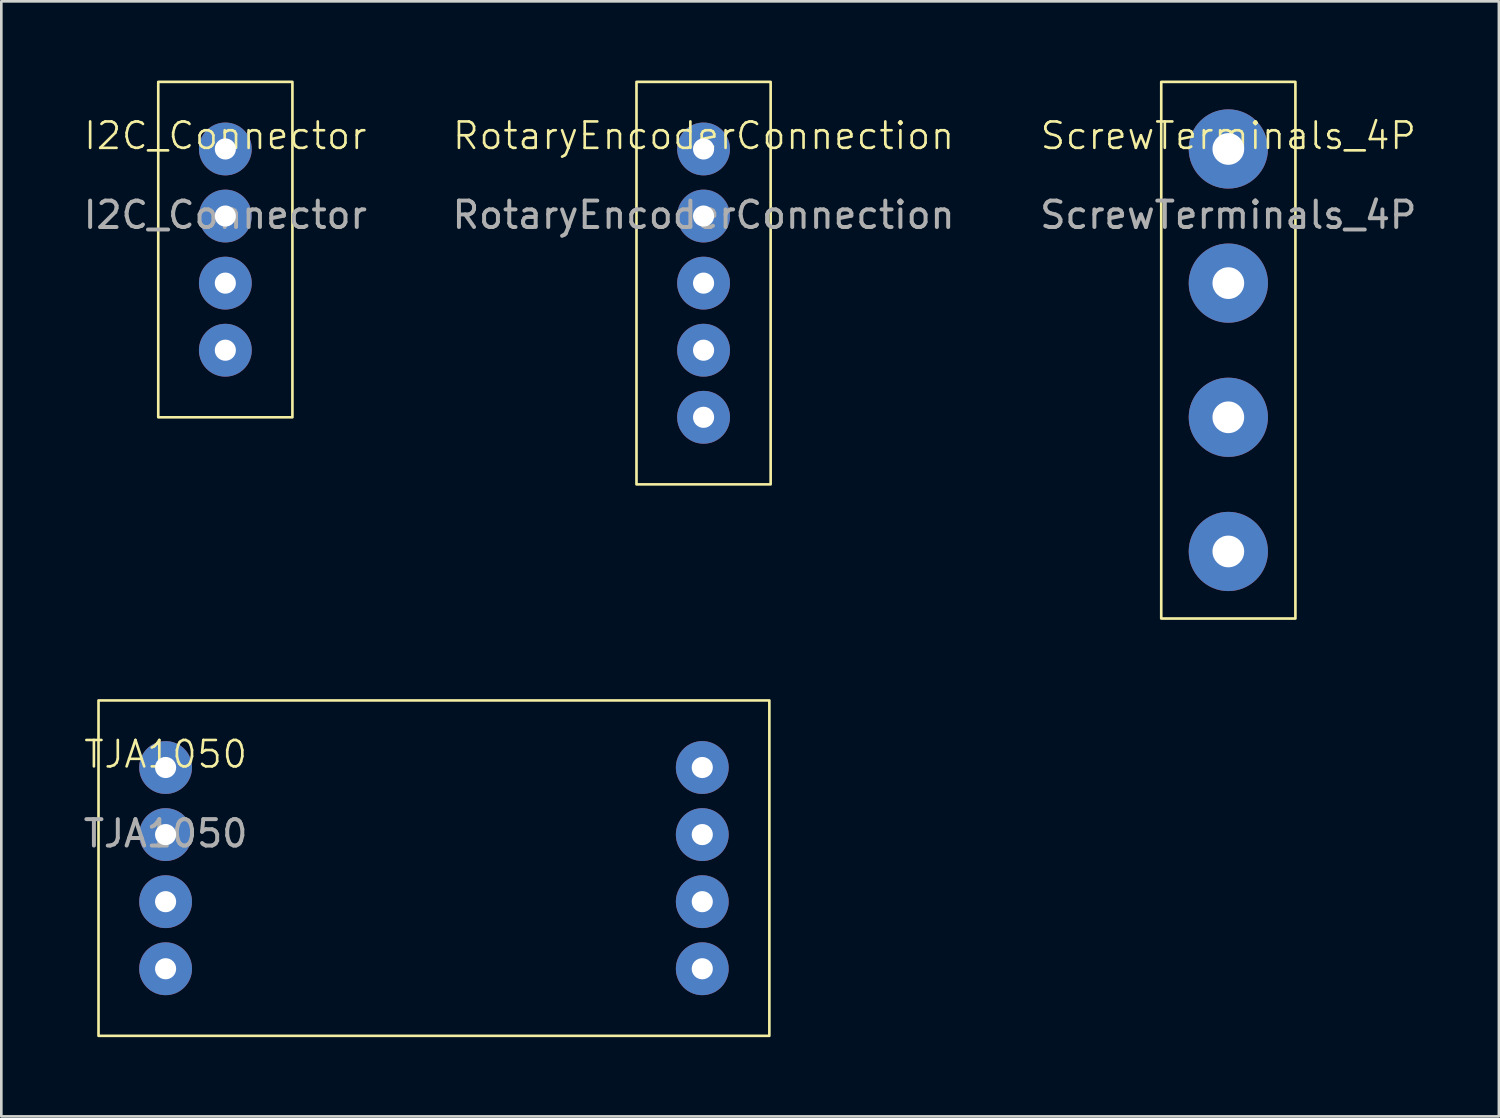
<source format=kicad_pcb>
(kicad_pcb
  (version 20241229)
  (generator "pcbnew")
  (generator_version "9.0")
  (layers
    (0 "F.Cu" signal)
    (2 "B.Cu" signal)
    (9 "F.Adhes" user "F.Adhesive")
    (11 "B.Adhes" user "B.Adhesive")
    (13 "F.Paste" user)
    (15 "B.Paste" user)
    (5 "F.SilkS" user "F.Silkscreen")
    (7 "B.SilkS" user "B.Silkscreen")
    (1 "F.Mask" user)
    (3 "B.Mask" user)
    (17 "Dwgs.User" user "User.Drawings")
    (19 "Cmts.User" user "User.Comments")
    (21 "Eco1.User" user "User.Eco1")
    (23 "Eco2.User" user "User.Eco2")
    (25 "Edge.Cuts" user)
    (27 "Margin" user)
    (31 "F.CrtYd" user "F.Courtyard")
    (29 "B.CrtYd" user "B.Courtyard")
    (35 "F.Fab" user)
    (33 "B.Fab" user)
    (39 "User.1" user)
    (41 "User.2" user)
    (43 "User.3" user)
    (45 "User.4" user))
  (footprint "TJA1050"
    (layer "F.Cu")
    (at 3.22 26.01)
    (property "Reference" "TJA1050" (at 0 -0.5 0) (unlocked yes) (layer "F.SilkS") (effects (font (size 1 1) (thickness 0.1))))
    (attr smd)
    (fp_rect (start -2.54 -2.54) (end 22.86 10.16) (stroke (width 0.1) (type default)) (fill no) (layer "F.SilkS"))
    (fp_text user "${REFERENCE}" (at 0 2.5 0) (unlocked yes) (layer "F.Fab") (effects (font (size 1 1) (thickness 0.15))))
    (pad "1" thru_hole circle (at 0 0) (size 2 2) (drill 0.8) (layers "*.Cu" "F.Mask" "F.Paste"))
    (pad "2" thru_hole circle (at 0 2.54) (size 2 2) (drill 0.8) (layers "*.Cu" "F.Mask" "F.Paste"))
    (pad "3" thru_hole circle (at 0 5.08) (size 2 2) (drill 0.8) (layers "*.Cu" "F.Mask" "F.Paste"))
    (pad "4" thru_hole circle (at 0 7.62) (size 2 2) (drill 0.8) (layers "*.Cu" "F.Mask" "F.Paste"))
    (pad "5" thru_hole circle (at 20.32 7.62) (size 2 2) (drill 0.8) (layers "*.Cu" "F.Mask" "F.Paste"))
    (pad "6" thru_hole circle (at 20.32 5.08) (size 2 2) (drill 0.8) (layers "*.Cu" "F.Mask" "F.Paste"))
    (pad "7" thru_hole circle (at 20.32 2.54) (size 2 2) (drill 0.8) (layers "*.Cu" "F.Mask" "F.Paste"))
    (pad "8" thru_hole circle (at 20.32 0) (size 2 2) (drill 0.8) (layers "*.Cu" "F.Mask" "F.Paste")))
  (footprint "RotaryEncoderConnection"
    (layer "F.Cu")
    (at 23.589 2.59)
    (property "Reference" "RotaryEncoderConnection" (at 0 -0.5 0) (unlocked yes) (layer "F.SilkS") (effects (font (size 1 1) (thickness 0.1))))
    (attr smd)
    (fp_rect (start -2.54 -2.54) (end 2.54 12.7) (stroke (width 0.1) (type default)) (fill no) (layer "F.SilkS"))
    (fp_text user "${REFERENCE}" (at 0 2.5 0) (unlocked yes) (layer "F.Fab") (effects (font (size 1 1) (thickness 0.15))))
    (pad "1" thru_hole circle (at 0 0) (size 2 2) (drill 0.8) (layers "*.Cu" "F.Mask" "F.Paste"))
    (pad "2" thru_hole circle (at 0 2.54) (size 2 2) (drill 0.8) (layers "*.Cu" "F.Mask" "F.Paste"))
    (pad "3" thru_hole circle (at 0 5.08) (size 2 2) (drill 0.8) (layers "*.Cu" "F.Mask" "F.Paste"))
    (pad "4" thru_hole circle (at 0 7.62) (size 2 2) (drill 0.8) (layers "*.Cu" "F.Mask" "F.Paste"))
    (pad "5" thru_hole circle (at 0 10.16) (size 2 2) (drill 0.8) (layers "*.Cu" "F.Mask" "F.Paste")))
  (footprint "ScrewTerminals_4P"
    (layer "F.Cu")
    (at 43.458 2.59)
    (property "Reference" "ScrewTerminals_4P" (at 0 -0.5 0) (unlocked yes) (layer "F.SilkS") (effects (font (size 1 1) (thickness 0.1))))
    (attr smd)
    (fp_rect (start -2.54 -2.54) (end 2.54 17.78) (stroke (width 0.1) (type default)) (fill no) (layer "F.SilkS"))
    (fp_text user "${REFERENCE}" (at 0 2.5 0) (unlocked yes) (layer "F.Fab") (effects (font (size 1 1) (thickness 0.15))))
    (pad "1" thru_hole circle (at 0 0) (size 3 3) (drill 1.2) (layers "*.Cu" "F.Mask" "F.Paste"))
    (pad "2" thru_hole circle (at 0 5.08) (size 3 3) (drill 1.2) (layers "*.Cu" "F.Mask" "F.Paste"))
    (pad "3" thru_hole circle (at 0 10.16) (size 3 3) (drill 1.2) (layers "*.Cu" "F.Mask" "F.Paste"))
    (pad "4" thru_hole circle (at 0 15.24) (size 3 3) (drill 1.2) (layers "*.Cu" "F.Mask" "F.Paste")))
  (footprint "I2C_Connector"
    (layer "F.Cu")
    (at 5.482 2.59)
    (property "Reference" "I2C_Connector" (at 0 -0.5 0) (unlocked yes) (layer "F.SilkS") (effects (font (size 1 1) (thickness 0.1))))
    (attr smd)
    (fp_rect (start -2.54 -2.54) (end 2.54 10.16) (stroke (width 0.1) (type default)) (fill no) (layer "F.SilkS"))
    (fp_text user "${REFERENCE}" (at 0 2.5 0) (unlocked yes) (layer "F.Fab") (effects (font (size 1 1) (thickness 0.15))))
    (pad "1" thru_hole circle (at 0 0) (size 2 2) (drill 0.8) (layers "*.Cu" "F.Mask" "F.Paste"))
    (pad "2" thru_hole circle (at 0 2.54) (size 2 2) (drill 0.8) (layers "*.Cu" "F.Mask" "F.Paste"))
    (pad "3" thru_hole circle (at 0 5.08) (size 2 2) (drill 0.8) (layers "*.Cu" "F.Mask" "F.Paste"))
    (pad "4" thru_hole circle (at 0 7.62) (size 2 2) (drill 0.8) (layers "*.Cu" "F.Mask" "F.Paste")))
  (gr_rect
    (start -3 -3)
    (end 53.702 39.22)
    (stroke (width 0.1) (type default))
    (fill no)
    (layer "Edge.Cuts")))
</source>
